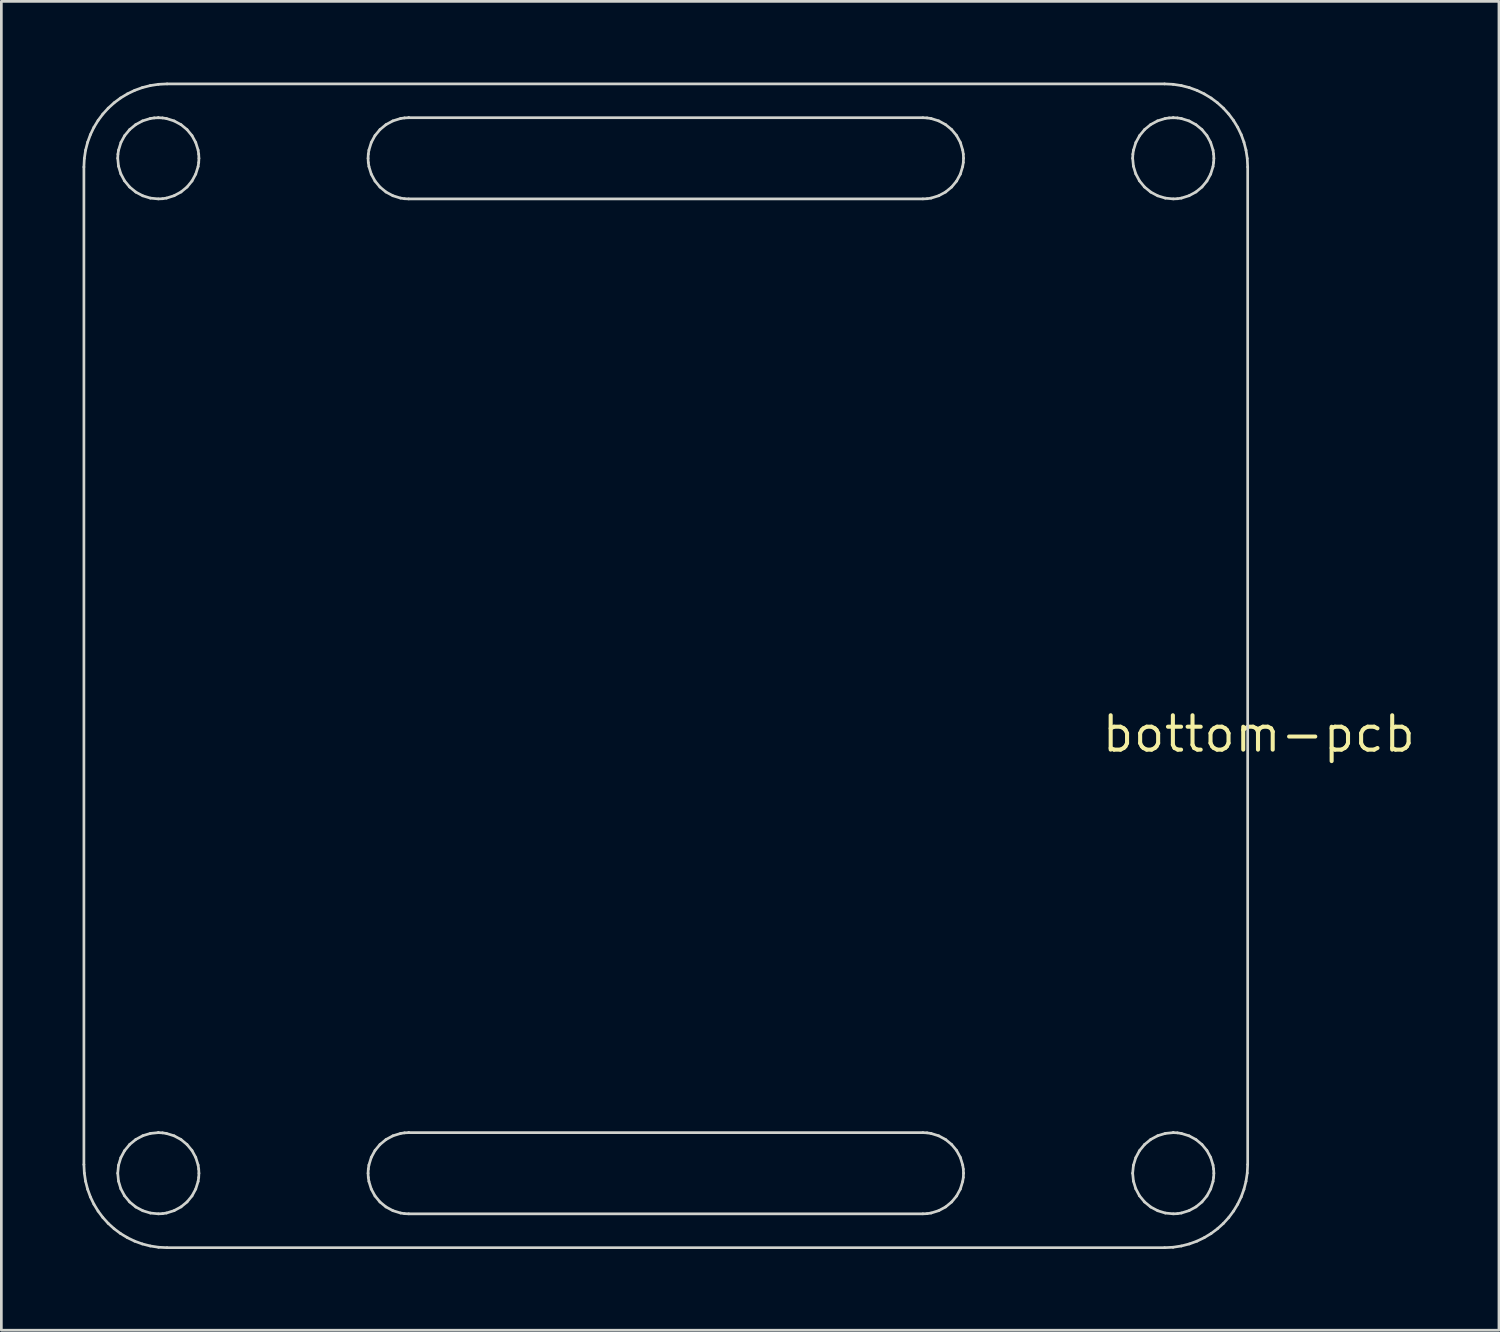
<source format=kicad_pcb>
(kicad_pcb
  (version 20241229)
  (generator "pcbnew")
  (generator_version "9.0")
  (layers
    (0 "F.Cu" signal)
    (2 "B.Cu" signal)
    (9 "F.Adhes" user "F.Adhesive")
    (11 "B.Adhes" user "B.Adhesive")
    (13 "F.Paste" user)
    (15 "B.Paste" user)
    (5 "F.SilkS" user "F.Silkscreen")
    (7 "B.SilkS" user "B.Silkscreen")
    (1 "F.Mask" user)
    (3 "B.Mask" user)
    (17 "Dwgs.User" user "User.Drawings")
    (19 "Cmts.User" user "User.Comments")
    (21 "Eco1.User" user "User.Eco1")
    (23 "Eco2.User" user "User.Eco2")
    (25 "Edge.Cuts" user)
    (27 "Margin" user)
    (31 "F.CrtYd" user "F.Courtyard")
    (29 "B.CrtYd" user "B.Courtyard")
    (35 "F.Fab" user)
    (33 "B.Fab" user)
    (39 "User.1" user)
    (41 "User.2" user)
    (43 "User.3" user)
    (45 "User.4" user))
  (footprint "bottom-pcb"
    (layer "F.Cu")
    (at 43.461 24.068)
    (property "Reference" "bottom-pcb" (at 0 0 0) (layer "F.SilkS") (effects (font (size 1.27 1.27) (thickness 0.15))))
    (attr through_hole)
    (fp_line (start -43.411 -20.947) (end -43.411 15.91) (stroke (width 0.1) (type solid)) (layer "Edge.Cuts"))
    (fp_line (start -43.411 15.91) (end -43.395 16.225) (stroke (width 0.1) (type solid)) (layer "Edge.Cuts"))
    (fp_line (start -43.395 -21.262) (end -43.411 -20.947) (stroke (width 0.1) (type solid)) (layer "Edge.Cuts"))
    (fp_line (start -43.395 16.225) (end -43.349 16.53) (stroke (width 0.1) (type solid)) (layer "Edge.Cuts"))
    (fp_line (start -43.349 -21.568) (end -43.395 -21.262) (stroke (width 0.1) (type solid)) (layer "Edge.Cuts"))
    (fp_line (start -43.349 16.53) (end -43.273 16.825) (stroke (width 0.1) (type solid)) (layer "Edge.Cuts"))
    (fp_line (start -43.273 -21.863) (end -43.349 -21.568) (stroke (width 0.1) (type solid)) (layer "Edge.Cuts"))
    (fp_line (start -43.273 16.825) (end -43.17 17.108) (stroke (width 0.1) (type solid)) (layer "Edge.Cuts"))
    (fp_line (start -43.17 -22.145) (end -43.273 -21.863) (stroke (width 0.1) (type solid)) (layer "Edge.Cuts"))
    (fp_line (start -43.17 17.108) (end -43.041 17.376) (stroke (width 0.1) (type solid)) (layer "Edge.Cuts"))
    (fp_line (start -43.041 -22.414) (end -43.17 -22.145) (stroke (width 0.1) (type solid)) (layer "Edge.Cuts"))
    (fp_line (start -43.041 17.376) (end -42.887 17.63) (stroke (width 0.1) (type solid)) (layer "Edge.Cuts"))
    (fp_line (start -42.887 -22.667) (end -43.041 -22.414) (stroke (width 0.1) (type solid)) (layer "Edge.Cuts"))
    (fp_line (start -42.887 17.63) (end -42.711 17.866) (stroke (width 0.1) (type solid)) (layer "Edge.Cuts"))
    (fp_line (start -42.711 -22.903) (end -42.887 -22.667) (stroke (width 0.1) (type solid)) (layer "Edge.Cuts"))
    (fp_line (start -42.711 17.866) (end -42.513 18.084) (stroke (width 0.1) (type solid)) (layer "Edge.Cuts"))
    (fp_line (start -42.513 -23.121) (end -42.711 -22.903) (stroke (width 0.1) (type solid)) (layer "Edge.Cuts"))
    (fp_line (start -42.513 18.084) (end -42.295 18.282) (stroke (width 0.1) (type solid)) (layer "Edge.Cuts"))
    (fp_line (start -42.295 -23.319) (end -42.513 -23.121) (stroke (width 0.1) (type solid)) (layer "Edge.Cuts"))
    (fp_line (start -42.295 18.282) (end -42.059 18.458) (stroke (width 0.1) (type solid)) (layer "Edge.Cuts"))
    (fp_line (start -42.161 -21.269) (end -42.153 -21.422) (stroke (width 0.1) (type solid)) (layer "Edge.Cuts"))
    (fp_line (start -42.161 16.231) (end -42.132 15.937) (stroke (width 0.1) (type solid)) (layer "Edge.Cuts"))
    (fp_line (start -42.153 -21.422) (end -42.13 -21.571) (stroke (width 0.1) (type solid)) (layer "Edge.Cuts"))
    (fp_line (start -42.132 -20.975) (end -42.161 -21.269) (stroke (width 0.1) (type solid)) (layer "Edge.Cuts"))
    (fp_line (start -42.132 15.937) (end -42.047 15.657) (stroke (width 0.1) (type solid)) (layer "Edge.Cuts"))
    (fp_line (start -42.132 16.525) (end -42.161 16.231) (stroke (width 0.1) (type solid)) (layer "Edge.Cuts"))
    (fp_line (start -42.13 -21.571) (end -42.043 -21.853) (stroke (width 0.1) (type solid)) (layer "Edge.Cuts"))
    (fp_line (start -42.059 -23.495) (end -42.295 -23.319) (stroke (width 0.1) (type solid)) (layer "Edge.Cuts"))
    (fp_line (start -42.059 18.458) (end -41.805 18.612) (stroke (width 0.1) (type solid)) (layer "Edge.Cuts"))
    (fp_line (start -42.047 16.805) (end -42.132 16.525) (stroke (width 0.1) (type solid)) (layer "Edge.Cuts"))
    (fp_line (start -42.047 -20.695) (end -42.132 -20.975) (stroke (width 0.1) (type solid)) (layer "Edge.Cuts"))
    (fp_line (start -42.047 15.657) (end -41.909 15.399) (stroke (width 0.1) (type solid)) (layer "Edge.Cuts"))
    (fp_line (start -42.043 -21.853) (end -41.904 -22.107) (stroke (width 0.1) (type solid)) (layer "Edge.Cuts"))
    (fp_line (start -41.909 15.399) (end -41.721 15.17) (stroke (width 0.1) (type solid)) (layer "Edge.Cuts"))
    (fp_line (start -41.909 17.064) (end -42.047 16.805) (stroke (width 0.1) (type solid)) (layer "Edge.Cuts"))
    (fp_line (start -41.909 -20.436) (end -42.047 -20.695) (stroke (width 0.1) (type solid)) (layer "Edge.Cuts"))
    (fp_line (start -41.904 -22.107) (end -41.721 -22.329) (stroke (width 0.1) (type solid)) (layer "Edge.Cuts"))
    (fp_line (start -41.805 -23.649) (end -42.059 -23.495) (stroke (width 0.1) (type solid)) (layer "Edge.Cuts"))
    (fp_line (start -41.805 18.612) (end -41.537 18.741) (stroke (width 0.1) (type solid)) (layer "Edge.Cuts"))
    (fp_line (start -41.721 17.292) (end -41.909 17.064) (stroke (width 0.1) (type solid)) (layer "Edge.Cuts"))
    (fp_line (start -41.721 -20.208) (end -41.909 -20.436) (stroke (width 0.1) (type solid)) (layer "Edge.Cuts"))
    (fp_line (start -41.721 15.17) (end -41.493 14.983) (stroke (width 0.1) (type solid)) (layer "Edge.Cuts"))
    (fp_line (start -41.721 -22.329) (end -41.499 -22.512) (stroke (width 0.1) (type solid)) (layer "Edge.Cuts"))
    (fp_line (start -41.537 -23.778) (end -41.805 -23.649) (stroke (width 0.1) (type solid)) (layer "Edge.Cuts"))
    (fp_line (start -41.537 18.741) (end -41.254 18.844) (stroke (width 0.1) (type solid)) (layer "Edge.Cuts"))
    (fp_line (start -41.499 -22.512) (end -41.244 -22.651) (stroke (width 0.1) (type solid)) (layer "Edge.Cuts"))
    (fp_line (start -41.493 17.479) (end -41.721 17.292) (stroke (width 0.1) (type solid)) (layer "Edge.Cuts"))
    (fp_line (start -41.493 -20.021) (end -41.721 -20.208) (stroke (width 0.1) (type solid)) (layer "Edge.Cuts"))
    (fp_line (start -41.493 14.983) (end -41.235 14.845) (stroke (width 0.1) (type solid)) (layer "Edge.Cuts"))
    (fp_line (start -41.254 -23.881) (end -41.537 -23.778) (stroke (width 0.1) (type solid)) (layer "Edge.Cuts"))
    (fp_line (start -41.254 18.844) (end -40.96 18.919) (stroke (width 0.1) (type solid)) (layer "Edge.Cuts"))
    (fp_line (start -41.244 -22.651) (end -40.963 -22.738) (stroke (width 0.1) (type solid)) (layer "Edge.Cuts"))
    (fp_line (start -41.235 -19.883) (end -41.493 -20.021) (stroke (width 0.1) (type solid)) (layer "Edge.Cuts"))
    (fp_line (start -41.235 14.845) (end -40.955 14.76) (stroke (width 0.1) (type solid)) (layer "Edge.Cuts"))
    (fp_line (start -41.235 17.617) (end -41.493 17.479) (stroke (width 0.1) (type solid)) (layer "Edge.Cuts"))
    (fp_line (start -40.963 -22.738) (end -40.814 -22.761) (stroke (width 0.1) (type solid)) (layer "Edge.Cuts"))
    (fp_line (start -40.96 -23.956) (end -41.254 -23.881) (stroke (width 0.1) (type solid)) (layer "Edge.Cuts"))
    (fp_line (start -40.96 18.919) (end -40.654 18.966) (stroke (width 0.1) (type solid)) (layer "Edge.Cuts"))
    (fp_line (start -40.955 -19.798) (end -41.235 -19.883) (stroke (width 0.1) (type solid)) (layer "Edge.Cuts"))
    (fp_line (start -40.955 14.76) (end -40.66 14.731) (stroke (width 0.1) (type solid)) (layer "Edge.Cuts"))
    (fp_line (start -40.955 17.702) (end -41.235 17.617) (stroke (width 0.1) (type solid)) (layer "Edge.Cuts"))
    (fp_line (start -40.814 -22.761) (end -40.66 -22.768) (stroke (width 0.1) (type solid)) (layer "Edge.Cuts"))
    (fp_line (start -40.66 -22.768) (end -40.66 -22.768) (stroke (width 0.1) (type solid)) (layer "Edge.Cuts"))
    (fp_line (start -40.66 -22.768) (end -40.507 -22.761) (stroke (width 0.1) (type solid)) (layer "Edge.Cuts"))
    (fp_line (start -40.66 -19.769) (end -40.955 -19.798) (stroke (width 0.1) (type solid)) (layer "Edge.Cuts"))
    (fp_line (start -40.66 14.731) (end -40.66 14.731) (stroke (width 0.1) (type solid)) (layer "Edge.Cuts"))
    (fp_line (start -40.66 14.731) (end -40.507 14.739) (stroke (width 0.1) (type solid)) (layer "Edge.Cuts"))
    (fp_line (start -40.66 17.731) (end -40.955 17.702) (stroke (width 0.1) (type solid)) (layer "Edge.Cuts"))
    (fp_line (start -40.654 -24.003) (end -40.96 -23.956) (stroke (width 0.1) (type solid)) (layer "Edge.Cuts"))
    (fp_line (start -40.654 18.966) (end -40.339 18.982) (stroke (width 0.1) (type solid)) (layer "Edge.Cuts"))
    (fp_line (start -40.507 -22.761) (end -40.358 -22.738) (stroke (width 0.1) (type solid)) (layer "Edge.Cuts"))
    (fp_line (start -40.507 -19.776) (end -40.66 -19.769) (stroke (width 0.1) (type solid)) (layer "Edge.Cuts"))
    (fp_line (start -40.507 14.739) (end -40.358 14.762) (stroke (width 0.1) (type solid)) (layer "Edge.Cuts"))
    (fp_line (start -40.507 17.724) (end -40.66 17.731) (stroke (width 0.1) (type solid)) (layer "Edge.Cuts"))
    (fp_line (start -40.358 -22.738) (end -40.077 -22.65) (stroke (width 0.1) (type solid)) (layer "Edge.Cuts"))
    (fp_line (start -40.358 -19.799) (end -40.507 -19.776) (stroke (width 0.1) (type solid)) (layer "Edge.Cuts"))
    (fp_line (start -40.358 14.762) (end -40.077 14.849) (stroke (width 0.1) (type solid)) (layer "Edge.Cuts"))
    (fp_line (start -40.358 17.701) (end -40.507 17.724) (stroke (width 0.1) (type solid)) (layer "Edge.Cuts"))
    (fp_line (start -40.339 -24.018) (end -40.654 -24.003) (stroke (width 0.1) (type solid)) (layer "Edge.Cuts"))
    (fp_line (start -40.339 18.982) (end -3.482 18.982) (stroke (width 0.1) (type solid)) (layer "Edge.Cuts"))
    (fp_line (start -40.077 -22.65) (end -39.822 -22.512) (stroke (width 0.1) (type solid)) (layer "Edge.Cuts"))
    (fp_line (start -40.077 -19.887) (end -40.358 -19.799) (stroke (width 0.1) (type solid)) (layer "Edge.Cuts"))
    (fp_line (start -40.077 14.849) (end -39.822 14.987) (stroke (width 0.1) (type solid)) (layer "Edge.Cuts"))
    (fp_line (start -40.077 17.613) (end -40.358 17.701) (stroke (width 0.1) (type solid)) (layer "Edge.Cuts"))
    (fp_line (start -39.822 -22.512) (end -39.6 -22.329) (stroke (width 0.1) (type solid)) (layer "Edge.Cuts"))
    (fp_line (start -39.822 -20.025) (end -40.077 -19.887) (stroke (width 0.1) (type solid)) (layer "Edge.Cuts"))
    (fp_line (start -39.822 14.987) (end -39.6 15.171) (stroke (width 0.1) (type solid)) (layer "Edge.Cuts"))
    (fp_line (start -39.822 17.475) (end -40.077 17.613) (stroke (width 0.1) (type solid)) (layer "Edge.Cuts"))
    (fp_line (start -39.6 -22.329) (end -39.417 -22.107) (stroke (width 0.1) (type solid)) (layer "Edge.Cuts"))
    (fp_line (start -39.6 -20.208) (end -39.822 -20.025) (stroke (width 0.1) (type solid)) (layer "Edge.Cuts"))
    (fp_line (start -39.6 15.171) (end -39.417 15.393) (stroke (width 0.1) (type solid)) (layer "Edge.Cuts"))
    (fp_line (start -39.6 17.292) (end -39.822 17.475) (stroke (width 0.1) (type solid)) (layer "Edge.Cuts"))
    (fp_line (start -39.417 -22.107) (end -39.279 -21.852) (stroke (width 0.1) (type solid)) (layer "Edge.Cuts"))
    (fp_line (start -39.417 -20.43) (end -39.6 -20.208) (stroke (width 0.1) (type solid)) (layer "Edge.Cuts"))
    (fp_line (start -39.417 15.393) (end -39.279 15.647) (stroke (width 0.1) (type solid)) (layer "Edge.Cuts"))
    (fp_line (start -39.417 17.07) (end -39.6 17.292) (stroke (width 0.1) (type solid)) (layer "Edge.Cuts"))
    (fp_line (start -39.279 -21.852) (end -39.191 -21.571) (stroke (width 0.1) (type solid)) (layer "Edge.Cuts"))
    (fp_line (start -39.279 -20.685) (end -39.417 -20.43) (stroke (width 0.1) (type solid)) (layer "Edge.Cuts"))
    (fp_line (start -39.279 15.647) (end -39.191 15.929) (stroke (width 0.1) (type solid)) (layer "Edge.Cuts"))
    (fp_line (start -39.279 16.815) (end -39.417 17.07) (stroke (width 0.1) (type solid)) (layer "Edge.Cuts"))
    (fp_line (start -39.191 -21.571) (end -39.169 -21.422) (stroke (width 0.1) (type solid)) (layer "Edge.Cuts"))
    (fp_line (start -39.191 -20.966) (end -39.279 -20.685) (stroke (width 0.1) (type solid)) (layer "Edge.Cuts"))
    (fp_line (start -39.191 15.929) (end -39.169 16.078) (stroke (width 0.1) (type solid)) (layer "Edge.Cuts"))
    (fp_line (start -39.191 16.534) (end -39.279 16.815) (stroke (width 0.1) (type solid)) (layer "Edge.Cuts"))
    (fp_line (start -39.169 -21.422) (end -39.161 -21.269) (stroke (width 0.1) (type solid)) (layer "Edge.Cuts"))
    (fp_line (start -39.169 -21.115) (end -39.191 -20.966) (stroke (width 0.1) (type solid)) (layer "Edge.Cuts"))
    (fp_line (start -39.169 16.078) (end -39.161 16.231) (stroke (width 0.1) (type solid)) (layer "Edge.Cuts"))
    (fp_line (start -39.169 16.385) (end -39.191 16.534) (stroke (width 0.1) (type solid)) (layer "Edge.Cuts"))
    (fp_line (start -39.161 -21.269) (end -39.169 -21.115) (stroke (width 0.1) (type solid)) (layer "Edge.Cuts"))
    (fp_line (start -39.161 16.231) (end -39.169 16.385) (stroke (width 0.1) (type solid)) (layer "Edge.Cuts"))
    (fp_line (start -32.911 -21.269) (end -32.903 -21.423) (stroke (width 0.1) (type solid)) (layer "Edge.Cuts"))
    (fp_line (start -32.911 16.231) (end -32.903 16.078) (stroke (width 0.1) (type solid)) (layer "Edge.Cuts"))
    (fp_line (start -32.903 -21.423) (end -32.88 -21.572) (stroke (width 0.1) (type solid)) (layer "Edge.Cuts"))
    (fp_line (start -32.903 -21.115) (end -32.911 -21.269) (stroke (width 0.1) (type solid)) (layer "Edge.Cuts"))
    (fp_line (start -32.903 16.078) (end -32.88 15.928) (stroke (width 0.1) (type solid)) (layer "Edge.Cuts"))
    (fp_line (start -32.903 16.385) (end -32.911 16.231) (stroke (width 0.1) (type solid)) (layer "Edge.Cuts"))
    (fp_line (start -32.88 -21.572) (end -32.793 -21.854) (stroke (width 0.1) (type solid)) (layer "Edge.Cuts"))
    (fp_line (start -32.88 -20.966) (end -32.903 -21.115) (stroke (width 0.1) (type solid)) (layer "Edge.Cuts"))
    (fp_line (start -32.88 15.928) (end -32.793 15.646) (stroke (width 0.1) (type solid)) (layer "Edge.Cuts"))
    (fp_line (start -32.88 16.534) (end -32.903 16.385) (stroke (width 0.1) (type solid)) (layer "Edge.Cuts"))
    (fp_line (start -32.793 -21.854) (end -32.655 -22.109) (stroke (width 0.1) (type solid)) (layer "Edge.Cuts"))
    (fp_line (start -32.793 -20.684) (end -32.88 -20.966) (stroke (width 0.1) (type solid)) (layer "Edge.Cuts"))
    (fp_line (start -32.793 15.646) (end -32.655 15.391) (stroke (width 0.1) (type solid)) (layer "Edge.Cuts"))
    (fp_line (start -32.793 16.816) (end -32.88 16.534) (stroke (width 0.1) (type solid)) (layer "Edge.Cuts"))
    (fp_line (start -32.655 -22.109) (end -32.472 -22.33) (stroke (width 0.1) (type solid)) (layer "Edge.Cuts"))
    (fp_line (start -32.655 -20.429) (end -32.793 -20.684) (stroke (width 0.1) (type solid)) (layer "Edge.Cuts"))
    (fp_line (start -32.655 15.391) (end -32.472 15.17) (stroke (width 0.1) (type solid)) (layer "Edge.Cuts"))
    (fp_line (start -32.655 17.071) (end -32.793 16.816) (stroke (width 0.1) (type solid)) (layer "Edge.Cuts"))
    (fp_line (start -32.472 -22.33) (end -32.25 -22.513) (stroke (width 0.1) (type solid)) (layer "Edge.Cuts"))
    (fp_line (start -32.472 -20.207) (end -32.655 -20.429) (stroke (width 0.1) (type solid)) (layer "Edge.Cuts"))
    (fp_line (start -32.472 15.17) (end -32.25 14.987) (stroke (width 0.1) (type solid)) (layer "Edge.Cuts"))
    (fp_line (start -32.472 17.293) (end -32.655 17.071) (stroke (width 0.1) (type solid)) (layer "Edge.Cuts"))
    (fp_line (start -32.25 -22.513) (end -31.995 -22.651) (stroke (width 0.1) (type solid)) (layer "Edge.Cuts"))
    (fp_line (start -32.25 -20.024) (end -32.472 -20.207) (stroke (width 0.1) (type solid)) (layer "Edge.Cuts"))
    (fp_line (start -32.25 14.987) (end -31.995 14.849) (stroke (width 0.1) (type solid)) (layer "Edge.Cuts"))
    (fp_line (start -32.25 17.476) (end -32.472 17.293) (stroke (width 0.1) (type solid)) (layer "Edge.Cuts"))
    (fp_line (start -31.995 -22.651) (end -31.713 -22.739) (stroke (width 0.1) (type solid)) (layer "Edge.Cuts"))
    (fp_line (start -31.995 -19.886) (end -32.25 -20.024) (stroke (width 0.1) (type solid)) (layer "Edge.Cuts"))
    (fp_line (start -31.995 14.849) (end -31.713 14.762) (stroke (width 0.1) (type solid)) (layer "Edge.Cuts"))
    (fp_line (start -31.995 17.614) (end -32.25 17.476) (stroke (width 0.1) (type solid)) (layer "Edge.Cuts"))
    (fp_line (start -31.713 -22.739) (end -31.564 -22.761) (stroke (width 0.1) (type solid)) (layer "Edge.Cuts"))
    (fp_line (start -31.713 -19.799) (end -31.995 -19.886) (stroke (width 0.1) (type solid)) (layer "Edge.Cuts"))
    (fp_line (start -31.713 14.762) (end -31.564 14.739) (stroke (width 0.1) (type solid)) (layer "Edge.Cuts"))
    (fp_line (start -31.713 17.701) (end -31.995 17.614) (stroke (width 0.1) (type solid)) (layer "Edge.Cuts"))
    (fp_line (start -31.564 -22.761) (end -31.41 -22.769) (stroke (width 0.1) (type solid)) (layer "Edge.Cuts"))
    (fp_line (start -31.564 -19.776) (end -31.713 -19.799) (stroke (width 0.1) (type solid)) (layer "Edge.Cuts"))
    (fp_line (start -31.564 14.739) (end -31.41 14.731) (stroke (width 0.1) (type solid)) (layer "Edge.Cuts"))
    (fp_line (start -31.564 17.724) (end -31.713 17.701) (stroke (width 0.1) (type solid)) (layer "Edge.Cuts"))
    (fp_line (start -31.41 -22.769) (end -31.41 -22.769) (stroke (width 0.1) (type solid)) (layer "Edge.Cuts"))
    (fp_line (start -31.41 -22.769) (end -12.411 -22.769) (stroke (width 0.1) (type solid)) (layer "Edge.Cuts"))
    (fp_line (start -31.41 -19.769) (end -31.564 -19.776) (stroke (width 0.1) (type solid)) (layer "Edge.Cuts"))
    (fp_line (start -31.41 14.731) (end -31.41 14.731) (stroke (width 0.1) (type solid)) (layer "Edge.Cuts"))
    (fp_line (start -31.41 14.731) (end -12.411 14.731) (stroke (width 0.1) (type solid)) (layer "Edge.Cuts"))
    (fp_line (start -31.41 17.731) (end -31.564 17.724) (stroke (width 0.1) (type solid)) (layer "Edge.Cuts"))
    (fp_line (start -12.411 -22.769) (end -12.257 -22.761) (stroke (width 0.1) (type solid)) (layer "Edge.Cuts"))
    (fp_line (start -12.411 -19.769) (end -31.41 -19.769) (stroke (width 0.1) (type solid)) (layer "Edge.Cuts"))
    (fp_line (start -12.411 14.731) (end -12.257 14.739) (stroke (width 0.1) (type solid)) (layer "Edge.Cuts"))
    (fp_line (start -12.411 17.731) (end -31.41 17.731) (stroke (width 0.1) (type solid)) (layer "Edge.Cuts"))
    (fp_line (start -12.257 -19.776) (end -12.411 -19.769) (stroke (width 0.1) (type solid)) (layer "Edge.Cuts"))
    (fp_line (start -12.257 17.724) (end -12.411 17.731) (stroke (width 0.1) (type solid)) (layer "Edge.Cuts"))
    (fp_line (start -12.257 -22.761) (end -12.107 -22.739) (stroke (width 0.1) (type solid)) (layer "Edge.Cuts"))
    (fp_line (start -12.257 14.739) (end -12.107 14.762) (stroke (width 0.1) (type solid)) (layer "Edge.Cuts"))
    (fp_line (start -12.107 -19.799) (end -12.257 -19.776) (stroke (width 0.1) (type solid)) (layer "Edge.Cuts"))
    (fp_line (start -12.107 17.701) (end -12.257 17.724) (stroke (width 0.1) (type solid)) (layer "Edge.Cuts"))
    (fp_line (start -12.107 -22.739) (end -11.826 -22.651) (stroke (width 0.1) (type solid)) (layer "Edge.Cuts"))
    (fp_line (start -12.107 14.762) (end -11.826 14.849) (stroke (width 0.1) (type solid)) (layer "Edge.Cuts"))
    (fp_line (start -11.826 -19.886) (end -12.107 -19.799) (stroke (width 0.1) (type solid)) (layer "Edge.Cuts"))
    (fp_line (start -11.826 17.614) (end -12.107 17.701) (stroke (width 0.1) (type solid)) (layer "Edge.Cuts"))
    (fp_line (start -11.826 -22.651) (end -11.571 -22.513) (stroke (width 0.1) (type solid)) (layer "Edge.Cuts"))
    (fp_line (start -11.826 14.849) (end -11.571 14.987) (stroke (width 0.1) (type solid)) (layer "Edge.Cuts"))
    (fp_line (start -11.571 -20.024) (end -11.826 -19.886) (stroke (width 0.1) (type solid)) (layer "Edge.Cuts"))
    (fp_line (start -11.571 17.476) (end -11.826 17.614) (stroke (width 0.1) (type solid)) (layer "Edge.Cuts"))
    (fp_line (start -11.571 -22.513) (end -11.349 -22.33) (stroke (width 0.1) (type solid)) (layer "Edge.Cuts"))
    (fp_line (start -11.571 14.987) (end -11.349 15.17) (stroke (width 0.1) (type solid)) (layer "Edge.Cuts"))
    (fp_line (start -11.349 -20.207) (end -11.571 -20.024) (stroke (width 0.1) (type solid)) (layer "Edge.Cuts"))
    (fp_line (start -11.349 17.293) (end -11.571 17.476) (stroke (width 0.1) (type solid)) (layer "Edge.Cuts"))
    (fp_line (start -11.349 -22.33) (end -11.166 -22.109) (stroke (width 0.1) (type solid)) (layer "Edge.Cuts"))
    (fp_line (start -11.349 15.17) (end -11.166 15.391) (stroke (width 0.1) (type solid)) (layer "Edge.Cuts"))
    (fp_line (start -11.166 -20.429) (end -11.349 -20.207) (stroke (width 0.1) (type solid)) (layer "Edge.Cuts"))
    (fp_line (start -11.166 17.071) (end -11.349 17.293) (stroke (width 0.1) (type solid)) (layer "Edge.Cuts"))
    (fp_line (start -11.166 -22.109) (end -11.028 -21.854) (stroke (width 0.1) (type solid)) (layer "Edge.Cuts"))
    (fp_line (start -11.166 15.391) (end -11.028 15.646) (stroke (width 0.1) (type solid)) (layer "Edge.Cuts"))
    (fp_line (start -11.028 -20.684) (end -11.166 -20.429) (stroke (width 0.1) (type solid)) (layer "Edge.Cuts"))
    (fp_line (start -11.028 16.816) (end -11.166 17.071) (stroke (width 0.1) (type solid)) (layer "Edge.Cuts"))
    (fp_line (start -11.028 -21.854) (end -10.941 -21.572) (stroke (width 0.1) (type solid)) (layer "Edge.Cuts"))
    (fp_line (start -11.028 15.646) (end -10.941 15.928) (stroke (width 0.1) (type solid)) (layer "Edge.Cuts"))
    (fp_line (start -10.941 -21.572) (end -10.918 -21.423) (stroke (width 0.1) (type solid)) (layer "Edge.Cuts"))
    (fp_line (start -10.941 -20.966) (end -11.028 -20.684) (stroke (width 0.1) (type solid)) (layer "Edge.Cuts"))
    (fp_line (start -10.941 15.928) (end -10.918 16.078) (stroke (width 0.1) (type solid)) (layer "Edge.Cuts"))
    (fp_line (start -10.941 16.534) (end -11.028 16.816) (stroke (width 0.1) (type solid)) (layer "Edge.Cuts"))
    (fp_line (start -10.918 -21.423) (end -10.91 -21.269) (stroke (width 0.1) (type solid)) (layer "Edge.Cuts"))
    (fp_line (start -10.918 -21.115) (end -10.941 -20.966) (stroke (width 0.1) (type solid)) (layer "Edge.Cuts"))
    (fp_line (start -10.918 16.078) (end -10.91 16.231) (stroke (width 0.1) (type solid)) (layer "Edge.Cuts"))
    (fp_line (start -10.918 16.385) (end -10.941 16.534) (stroke (width 0.1) (type solid)) (layer "Edge.Cuts"))
    (fp_line (start -10.91 -21.269) (end -10.918 -21.115) (stroke (width 0.1) (type solid)) (layer "Edge.Cuts"))
    (fp_line (start -10.91 16.231) (end -10.918 16.385) (stroke (width 0.1) (type solid)) (layer "Edge.Cuts"))
    (fp_line (start -4.661 -21.269) (end -4.653 -21.422) (stroke (width 0.1) (type solid)) (layer "Edge.Cuts"))
    (fp_line (start -4.661 16.231) (end -4.632 15.937) (stroke (width 0.1) (type solid)) (layer "Edge.Cuts"))
    (fp_line (start -4.653 -21.422) (end -4.63 -21.571) (stroke (width 0.1) (type solid)) (layer "Edge.Cuts"))
    (fp_line (start -4.632 -20.975) (end -4.661 -21.269) (stroke (width 0.1) (type solid)) (layer "Edge.Cuts"))
    (fp_line (start -4.632 15.937) (end -4.546 15.657) (stroke (width 0.1) (type solid)) (layer "Edge.Cuts"))
    (fp_line (start -4.632 16.525) (end -4.661 16.231) (stroke (width 0.1) (type solid)) (layer "Edge.Cuts"))
    (fp_line (start -4.63 -21.571) (end -4.543 -21.853) (stroke (width 0.1) (type solid)) (layer "Edge.Cuts"))
    (fp_line (start -4.546 15.657) (end -4.409 15.399) (stroke (width 0.1) (type solid)) (layer "Edge.Cuts"))
    (fp_line (start -4.546 16.805) (end -4.632 16.525) (stroke (width 0.1) (type solid)) (layer "Edge.Cuts"))
    (fp_line (start -4.546 -20.695) (end -4.632 -20.975) (stroke (width 0.1) (type solid)) (layer "Edge.Cuts"))
    (fp_line (start -4.543 -21.853) (end -4.404 -22.107) (stroke (width 0.1) (type solid)) (layer "Edge.Cuts"))
    (fp_line (start -4.409 15.399) (end -4.221 15.17) (stroke (width 0.1) (type solid)) (layer "Edge.Cuts"))
    (fp_line (start -4.409 17.064) (end -4.546 16.805) (stroke (width 0.1) (type solid)) (layer "Edge.Cuts"))
    (fp_line (start -4.409 -20.436) (end -4.546 -20.695) (stroke (width 0.1) (type solid)) (layer "Edge.Cuts"))
    (fp_line (start -4.404 -22.107) (end -4.221 -22.329) (stroke (width 0.1) (type solid)) (layer "Edge.Cuts"))
    (fp_line (start -4.221 17.292) (end -4.409 17.064) (stroke (width 0.1) (type solid)) (layer "Edge.Cuts"))
    (fp_line (start -4.221 -20.208) (end -4.409 -20.436) (stroke (width 0.1) (type solid)) (layer "Edge.Cuts"))
    (fp_line (start -4.221 15.17) (end -3.993 14.983) (stroke (width 0.1) (type solid)) (layer "Edge.Cuts"))
    (fp_line (start -4.221 -22.329) (end -3.999 -22.512) (stroke (width 0.1) (type solid)) (layer "Edge.Cuts"))
    (fp_line (start -3.999 -22.512) (end -3.744 -22.651) (stroke (width 0.1) (type solid)) (layer "Edge.Cuts"))
    (fp_line (start -3.993 17.479) (end -4.221 17.292) (stroke (width 0.1) (type solid)) (layer "Edge.Cuts"))
    (fp_line (start -3.993 -20.021) (end -4.221 -20.208) (stroke (width 0.1) (type solid)) (layer "Edge.Cuts"))
    (fp_line (start -3.993 14.983) (end -3.735 14.845) (stroke (width 0.1) (type solid)) (layer "Edge.Cuts"))
    (fp_line (start -3.744 -22.651) (end -3.463 -22.738) (stroke (width 0.1) (type solid)) (layer "Edge.Cuts"))
    (fp_line (start -3.735 17.617) (end -3.993 17.479) (stroke (width 0.1) (type solid)) (layer "Edge.Cuts"))
    (fp_line (start -3.735 -19.883) (end -3.993 -20.021) (stroke (width 0.1) (type solid)) (layer "Edge.Cuts"))
    (fp_line (start -3.735 14.845) (end -3.455 14.76) (stroke (width 0.1) (type solid)) (layer "Edge.Cuts"))
    (fp_line (start -3.482 -24.018) (end -40.339 -24.018) (stroke (width 0.1) (type solid)) (layer "Edge.Cuts"))
    (fp_line (start -3.482 18.982) (end -3.167 18.966) (stroke (width 0.1) (type solid)) (layer "Edge.Cuts"))
    (fp_line (start -3.463 -22.738) (end -3.314 -22.761) (stroke (width 0.1) (type solid)) (layer "Edge.Cuts"))
    (fp_line (start -3.455 17.702) (end -3.735 17.617) (stroke (width 0.1) (type solid)) (layer "Edge.Cuts"))
    (fp_line (start -3.455 -19.798) (end -3.735 -19.883) (stroke (width 0.1) (type solid)) (layer "Edge.Cuts"))
    (fp_line (start -3.455 14.76) (end -3.16 14.731) (stroke (width 0.1) (type solid)) (layer "Edge.Cuts"))
    (fp_line (start -3.314 -22.761) (end -3.16 -22.768) (stroke (width 0.1) (type solid)) (layer "Edge.Cuts"))
    (fp_line (start -3.167 -24.003) (end -3.482 -24.018) (stroke (width 0.1) (type solid)) (layer "Edge.Cuts"))
    (fp_line (start -3.167 18.966) (end -2.861 18.919) (stroke (width 0.1) (type solid)) (layer "Edge.Cuts"))
    (fp_line (start -3.16 -22.768) (end -3.16 -22.768) (stroke (width 0.1) (type solid)) (layer "Edge.Cuts"))
    (fp_line (start -3.16 -22.768) (end -3.007 -22.761) (stroke (width 0.1) (type solid)) (layer "Edge.Cuts"))
    (fp_line (start -3.16 -19.769) (end -3.455 -19.798) (stroke (width 0.1) (type solid)) (layer "Edge.Cuts"))
    (fp_line (start -3.16 14.731) (end -3.16 14.731) (stroke (width 0.1) (type solid)) (layer "Edge.Cuts"))
    (fp_line (start -3.16 14.731) (end -3.007 14.739) (stroke (width 0.1) (type solid)) (layer "Edge.Cuts"))
    (fp_line (start -3.16 17.731) (end -3.455 17.702) (stroke (width 0.1) (type solid)) (layer "Edge.Cuts"))
    (fp_line (start -3.007 -22.761) (end -2.858 -22.738) (stroke (width 0.1) (type solid)) (layer "Edge.Cuts"))
    (fp_line (start -3.007 -19.776) (end -3.16 -19.769) (stroke (width 0.1) (type solid)) (layer "Edge.Cuts"))
    (fp_line (start -3.007 14.739) (end -2.858 14.762) (stroke (width 0.1) (type solid)) (layer "Edge.Cuts"))
    (fp_line (start -3.007 17.724) (end -3.16 17.731) (stroke (width 0.1) (type solid)) (layer "Edge.Cuts"))
    (fp_line (start -2.861 -23.956) (end -3.167 -24.003) (stroke (width 0.1) (type solid)) (layer "Edge.Cuts"))
    (fp_line (start -2.861 18.919) (end -2.567 18.844) (stroke (width 0.1) (type solid)) (layer "Edge.Cuts"))
    (fp_line (start -2.858 -22.738) (end -2.577 -22.65) (stroke (width 0.1) (type solid)) (layer "Edge.Cuts"))
    (fp_line (start -2.858 -19.799) (end -3.007 -19.776) (stroke (width 0.1) (type solid)) (layer "Edge.Cuts"))
    (fp_line (start -2.858 14.762) (end -2.577 14.849) (stroke (width 0.1) (type solid)) (layer "Edge.Cuts"))
    (fp_line (start -2.858 17.701) (end -3.007 17.724) (stroke (width 0.1) (type solid)) (layer "Edge.Cuts"))
    (fp_line (start -2.577 -22.65) (end -2.322 -22.512) (stroke (width 0.1) (type solid)) (layer "Edge.Cuts"))
    (fp_line (start -2.577 -19.887) (end -2.858 -19.799) (stroke (width 0.1) (type solid)) (layer "Edge.Cuts"))
    (fp_line (start -2.577 14.849) (end -2.322 14.987) (stroke (width 0.1) (type solid)) (layer "Edge.Cuts"))
    (fp_line (start -2.577 17.613) (end -2.858 17.701) (stroke (width 0.1) (type solid)) (layer "Edge.Cuts"))
    (fp_line (start -2.567 -23.881) (end -2.861 -23.956) (stroke (width 0.1) (type solid)) (layer "Edge.Cuts"))
    (fp_line (start -2.567 18.844) (end -2.284 18.741) (stroke (width 0.1) (type solid)) (layer "Edge.Cuts"))
    (fp_line (start -2.322 -22.512) (end -2.1 -22.329) (stroke (width 0.1) (type solid)) (layer "Edge.Cuts"))
    (fp_line (start -2.322 -20.025) (end -2.577 -19.887) (stroke (width 0.1) (type solid)) (layer "Edge.Cuts"))
    (fp_line (start -2.322 14.987) (end -2.1 15.171) (stroke (width 0.1) (type solid)) (layer "Edge.Cuts"))
    (fp_line (start -2.322 17.475) (end -2.577 17.613) (stroke (width 0.1) (type solid)) (layer "Edge.Cuts"))
    (fp_line (start -2.284 -23.778) (end -2.567 -23.881) (stroke (width 0.1) (type solid)) (layer "Edge.Cuts"))
    (fp_line (start -2.284 18.741) (end -2.016 18.612) (stroke (width 0.1) (type solid)) (layer "Edge.Cuts"))
    (fp_line (start -2.1 -22.329) (end -1.917 -22.107) (stroke (width 0.1) (type solid)) (layer "Edge.Cuts"))
    (fp_line (start -2.1 -20.208) (end -2.322 -20.025) (stroke (width 0.1) (type solid)) (layer "Edge.Cuts"))
    (fp_line (start -2.1 15.171) (end -1.917 15.393) (stroke (width 0.1) (type solid)) (layer "Edge.Cuts"))
    (fp_line (start -2.1 17.292) (end -2.322 17.475) (stroke (width 0.1) (type solid)) (layer "Edge.Cuts"))
    (fp_line (start -2.016 -23.649) (end -2.284 -23.778) (stroke (width 0.1) (type solid)) (layer "Edge.Cuts"))
    (fp_line (start -2.016 18.612) (end -1.762 18.458) (stroke (width 0.1) (type solid)) (layer "Edge.Cuts"))
    (fp_line (start -1.917 -22.107) (end -1.779 -21.852) (stroke (width 0.1) (type solid)) (layer "Edge.Cuts"))
    (fp_line (start -1.917 -20.43) (end -2.1 -20.208) (stroke (width 0.1) (type solid)) (layer "Edge.Cuts"))
    (fp_line (start -1.917 15.393) (end -1.779 15.647) (stroke (width 0.1) (type solid)) (layer "Edge.Cuts"))
    (fp_line (start -1.917 17.07) (end -2.1 17.292) (stroke (width 0.1) (type solid)) (layer "Edge.Cuts"))
    (fp_line (start -1.779 -21.852) (end -1.691 -21.571) (stroke (width 0.1) (type solid)) (layer "Edge.Cuts"))
    (fp_line (start -1.779 -20.685) (end -1.917 -20.43) (stroke (width 0.1) (type solid)) (layer "Edge.Cuts"))
    (fp_line (start -1.779 15.647) (end -1.691 15.929) (stroke (width 0.1) (type solid)) (layer "Edge.Cuts"))
    (fp_line (start -1.779 16.815) (end -1.917 17.07) (stroke (width 0.1) (type solid)) (layer "Edge.Cuts"))
    (fp_line (start -1.762 -23.495) (end -2.016 -23.649) (stroke (width 0.1) (type solid)) (layer "Edge.Cuts"))
    (fp_line (start -1.762 18.458) (end -1.526 18.282) (stroke (width 0.1) (type solid)) (layer "Edge.Cuts"))
    (fp_line (start -1.691 -21.571) (end -1.669 -21.422) (stroke (width 0.1) (type solid)) (layer "Edge.Cuts"))
    (fp_line (start -1.691 -20.966) (end -1.779 -20.685) (stroke (width 0.1) (type solid)) (layer "Edge.Cuts"))
    (fp_line (start -1.691 15.929) (end -1.669 16.078) (stroke (width 0.1) (type solid)) (layer "Edge.Cuts"))
    (fp_line (start -1.691 16.534) (end -1.779 16.815) (stroke (width 0.1) (type solid)) (layer "Edge.Cuts"))
    (fp_line (start -1.669 -21.422) (end -1.661 -21.269) (stroke (width 0.1) (type solid)) (layer "Edge.Cuts"))
    (fp_line (start -1.669 -21.115) (end -1.691 -20.966) (stroke (width 0.1) (type solid)) (layer "Edge.Cuts"))
    (fp_line (start -1.669 16.078) (end -1.661 16.231) (stroke (width 0.1) (type solid)) (layer "Edge.Cuts"))
    (fp_line (start -1.669 16.385) (end -1.691 16.534) (stroke (width 0.1) (type solid)) (layer "Edge.Cuts"))
    (fp_line (start -1.661 -21.269) (end -1.669 -21.115) (stroke (width 0.1) (type solid)) (layer "Edge.Cuts"))
    (fp_line (start -1.661 16.231) (end -1.669 16.385) (stroke (width 0.1) (type solid)) (layer "Edge.Cuts"))
    (fp_line (start -1.526 -23.319) (end -1.762 -23.495) (stroke (width 0.1) (type solid)) (layer "Edge.Cuts"))
    (fp_line (start -1.526 18.282) (end -1.308 18.084) (stroke (width 0.1) (type solid)) (layer "Edge.Cuts"))
    (fp_line (start -1.308 -23.121) (end -1.526 -23.319) (stroke (width 0.1) (type solid)) (layer "Edge.Cuts"))
    (fp_line (start -1.308 18.084) (end -1.11 17.866) (stroke (width 0.1) (type solid)) (layer "Edge.Cuts"))
    (fp_line (start -1.11 -22.903) (end -1.308 -23.121) (stroke (width 0.1) (type solid)) (layer "Edge.Cuts"))
    (fp_line (start -1.11 17.866) (end -0.934 17.63) (stroke (width 0.1) (type solid)) (layer "Edge.Cuts"))
    (fp_line (start -0.934 -22.667) (end -1.11 -22.903) (stroke (width 0.1) (type solid)) (layer "Edge.Cuts"))
    (fp_line (start -0.934 17.63) (end -0.78 17.376) (stroke (width 0.1) (type solid)) (layer "Edge.Cuts"))
    (fp_line (start -0.78 -22.414) (end -0.934 -22.667) (stroke (width 0.1) (type solid)) (layer "Edge.Cuts"))
    (fp_line (start -0.78 17.376) (end -0.651 17.108) (stroke (width 0.1) (type solid)) (layer "Edge.Cuts"))
    (fp_line (start -0.651 -22.145) (end -0.78 -22.414) (stroke (width 0.1) (type solid)) (layer "Edge.Cuts"))
    (fp_line (start -0.651 17.108) (end -0.548 16.825) (stroke (width 0.1) (type solid)) (layer "Edge.Cuts"))
    (fp_line (start -0.548 -21.863) (end -0.651 -22.145) (stroke (width 0.1) (type solid)) (layer "Edge.Cuts"))
    (fp_line (start -0.548 16.825) (end -0.473 16.53) (stroke (width 0.1) (type solid)) (layer "Edge.Cuts"))
    (fp_line (start -0.473 -21.568) (end -0.548 -21.863) (stroke (width 0.1) (type solid)) (layer "Edge.Cuts"))
    (fp_line (start -0.473 16.53) (end -0.427 16.225) (stroke (width 0.1) (type solid)) (layer "Edge.Cuts"))
    (fp_line (start -0.427 -21.262) (end -0.473 -21.568) (stroke (width 0.1) (type solid)) (layer "Edge.Cuts"))
    (fp_line (start -0.427 16.225) (end -0.411 15.91) (stroke (width 0.1) (type solid)) (layer "Edge.Cuts"))
    (fp_line (start -0.411 -20.947) (end -0.427 -21.262) (stroke (width 0.1) (type solid)) (layer "Edge.Cuts"))
    (fp_line (start -0.411 15.91) (end -0.411 -20.947) (stroke (width 0.1) (type solid)) (layer "Edge.Cuts")))
  (gr_rect
    (start -3 -3)
    (end 52.334 46.1)
    (stroke (width 0.1) (type default))
    (fill no)
    (layer "Edge.Cuts")))
</source>
